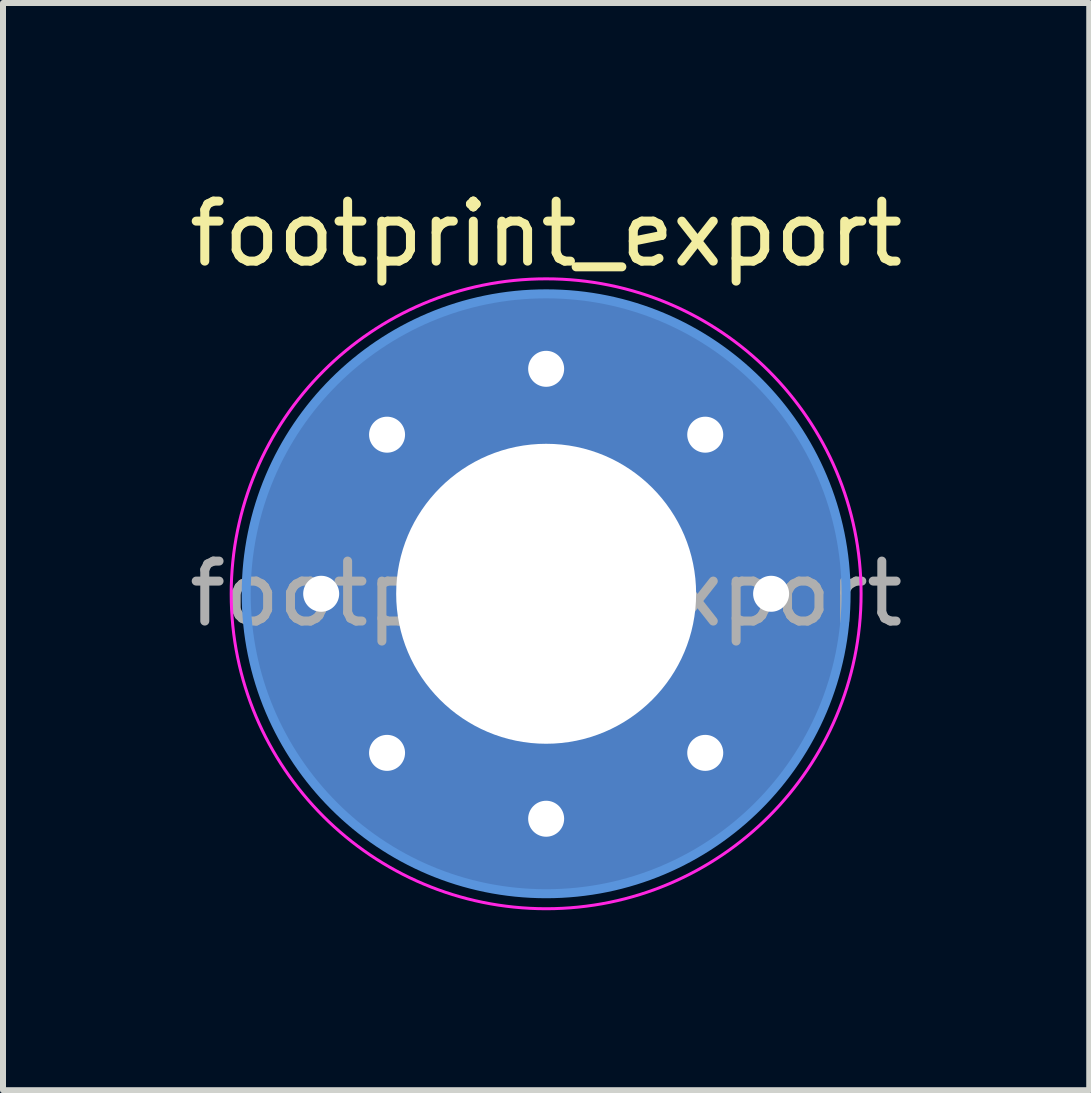
<source format=kicad_pcb>
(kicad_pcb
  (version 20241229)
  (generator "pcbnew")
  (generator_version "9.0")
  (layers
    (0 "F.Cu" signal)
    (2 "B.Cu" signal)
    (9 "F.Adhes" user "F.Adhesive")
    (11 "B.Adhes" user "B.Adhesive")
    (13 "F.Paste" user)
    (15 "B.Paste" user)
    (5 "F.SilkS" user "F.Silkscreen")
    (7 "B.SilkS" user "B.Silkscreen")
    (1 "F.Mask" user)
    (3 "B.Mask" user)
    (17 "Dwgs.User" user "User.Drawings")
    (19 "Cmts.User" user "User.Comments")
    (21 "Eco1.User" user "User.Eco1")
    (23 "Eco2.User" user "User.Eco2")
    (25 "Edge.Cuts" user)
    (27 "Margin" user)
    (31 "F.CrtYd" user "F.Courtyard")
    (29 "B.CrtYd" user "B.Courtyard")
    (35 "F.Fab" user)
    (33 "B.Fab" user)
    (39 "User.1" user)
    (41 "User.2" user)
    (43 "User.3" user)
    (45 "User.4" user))
  (footprint "footprint_export"
    (layer "F.Cu")
    (at 6.054 6.848)
    (property "Reference" "footprint_export" (at 0 -6 0) (layer "F.SilkS") (effects (font (size 1 1) (thickness 0.15))))
    (attr exclude_from_pos_files exclude_from_bom)
    (fp_circle (center 0 0) (end 5 0) (stroke (width 0.15) (type solid)) (fill no) (layer "Cmts.User"))
    (fp_circle (center 0 0) (end 5.25 0) (stroke (width 0.05) (type solid)) (fill no) (layer "F.CrtYd"))
    (fp_text user "${REFERENCE}" (at 0 0 0) (layer "F.Fab") (effects (font (size 1 1) (thickness 0.15))))
    (pad "1" thru_hole circle (at -3.75 0) (size 0.9 0.9) (drill 0.6) (layers "*.Cu" "*.Mask"))
    (pad "1" thru_hole circle (at -2.652 -2.652) (size 0.9 0.9) (drill 0.6) (layers "*.Cu" "*.Mask"))
    (pad "1" thru_hole circle (at -2.652 2.652) (size 0.9 0.9) (drill 0.6) (layers "*.Cu" "*.Mask"))
    (pad "1" thru_hole circle (at 0 -3.75) (size 0.9 0.9) (drill 0.6) (layers "*.Cu" "*.Mask"))
    (pad "1" thru_hole circle (at 0 0) (size 10 10) (drill 5) (layers "*.Cu" "*.Mask"))
    (pad "1" thru_hole circle (at 0 3.75) (size 0.9 0.9) (drill 0.6) (layers "*.Cu" "*.Mask"))
    (pad "1" thru_hole circle (at 2.652 -2.652) (size 0.9 0.9) (drill 0.6) (layers "*.Cu" "*.Mask"))
    (pad "1" thru_hole circle (at 2.652 2.652) (size 0.9 0.9) (drill 0.6) (layers "*.Cu" "*.Mask"))
    (pad "1" thru_hole circle (at 3.75 0) (size 0.9 0.9) (drill 0.6) (layers "*.Cu" "*.Mask")))
  (gr_rect
    (start -3 -3)
    (end 15.107 15.123)
    (stroke (width 0.1) (type default))
    (fill no)
    (layer "Edge.Cuts")))
</source>
